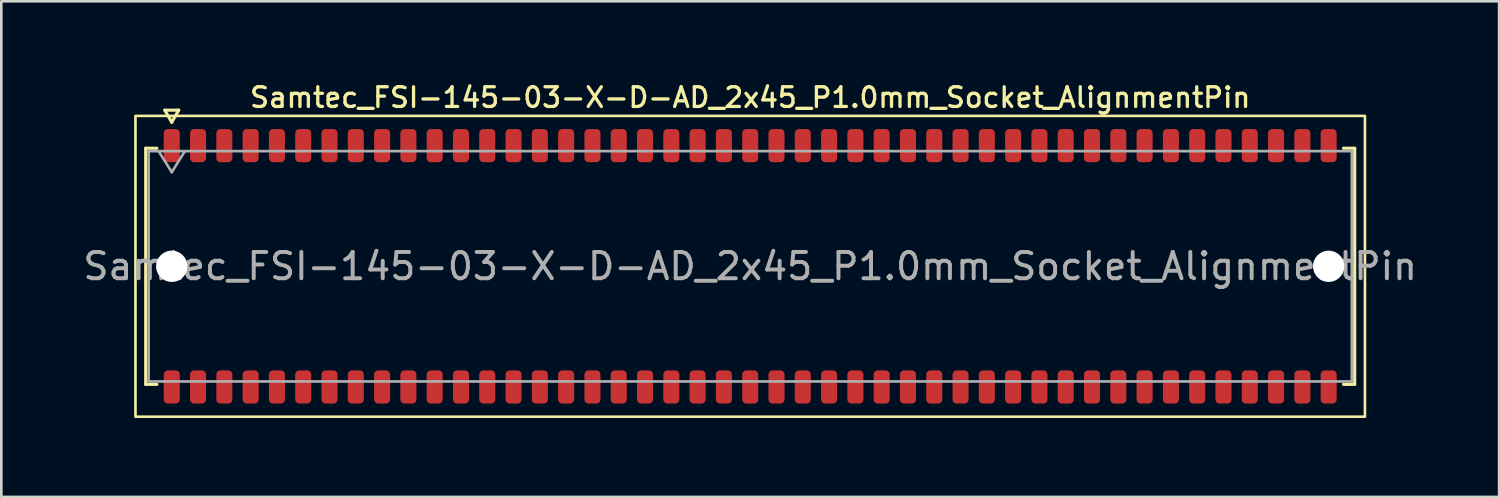
<source format=kicad_pcb>
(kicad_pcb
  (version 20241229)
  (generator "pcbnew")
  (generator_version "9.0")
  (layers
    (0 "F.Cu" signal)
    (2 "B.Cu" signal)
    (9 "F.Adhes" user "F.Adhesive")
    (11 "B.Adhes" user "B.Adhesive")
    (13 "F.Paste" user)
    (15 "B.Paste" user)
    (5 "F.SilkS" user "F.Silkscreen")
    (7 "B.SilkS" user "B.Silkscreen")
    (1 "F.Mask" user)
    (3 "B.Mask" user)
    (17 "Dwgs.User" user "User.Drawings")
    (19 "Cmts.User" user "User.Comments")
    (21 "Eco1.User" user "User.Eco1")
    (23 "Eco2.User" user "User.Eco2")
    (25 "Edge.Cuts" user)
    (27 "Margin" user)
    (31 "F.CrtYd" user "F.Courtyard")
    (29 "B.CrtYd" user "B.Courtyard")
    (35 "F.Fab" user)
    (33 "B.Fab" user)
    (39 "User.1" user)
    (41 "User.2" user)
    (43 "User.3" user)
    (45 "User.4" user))
  (footprint "Samtec_FSI-145-03-X-D-AD_2x45_P1.0mm_Socket_AlignmentPin"
    (layer "F.Cu")
    (at 25.482 7.078)
    (property "Reference" "Samtec_FSI-145-03-X-D-AD_2x45_P1.0mm_Socket_AlignmentPin" (at 0 -6.42 0) (layer "F.SilkS") (effects (font (size 0.75 0.75) (thickness 0.125))))
    (attr smd)
    (fp_line (start -22.99 -4.49) (end -22.565 -4.49) (stroke (width 0.12) (type solid)) (layer "F.SilkS"))
    (fp_line (start -22.99 4.49) (end -22.99 -4.49) (stroke (width 0.12) (type solid)) (layer "F.SilkS"))
    (fp_line (start -22.565 4.49) (end -22.99 4.49) (stroke (width 0.12) (type solid)) (layer "F.SilkS"))
    (fp_line (start -22.264 -5.938) (end -22 -5.48) (stroke (width 0.12) (type solid)) (layer "F.SilkS"))
    (fp_line (start -22 -5.48) (end -21.736 -5.938) (stroke (width 0.12) (type solid)) (layer "F.SilkS"))
    (fp_line (start -21.736 -5.938) (end -22.264 -5.938) (stroke (width 0.12) (type solid)) (layer "F.SilkS"))
    (fp_line (start 22.565 -4.49) (end 22.99 -4.49) (stroke (width 0.12) (type solid)) (layer "F.SilkS"))
    (fp_line (start 22.99 -4.49) (end 22.99 4.49) (stroke (width 0.12) (type solid)) (layer "F.SilkS"))
    (fp_line (start 22.99 4.49) (end 22.565 4.49) (stroke (width 0.12) (type solid)) (layer "F.SilkS"))
    (fp_rect (start -23.38 -5.72) (end 23.38 5.72) (stroke (width 0.1) (type solid)) (fill no) (layer "F.SilkS"))
    (fp_line (start -22.88 -4.38) (end 22.88 -4.38) (stroke (width 0.1) (type solid)) (layer "F.Fab"))
    (fp_line (start -22.88 4.38) (end -22.88 -4.38) (stroke (width 0.1) (type solid)) (layer "F.Fab"))
    (fp_line (start -22.5 -4.38) (end -22 -3.58) (stroke (width 0.1) (type solid)) (layer "F.Fab"))
    (fp_line (start -22 -3.58) (end -21.5 -4.38) (stroke (width 0.1) (type solid)) (layer "F.Fab"))
    (fp_line (start 22.88 -4.38) (end 22.88 4.38) (stroke (width 0.1) (type solid)) (layer "F.Fab"))
    (fp_line (start 22.88 4.38) (end -22.88 4.38) (stroke (width 0.1) (type solid)) (layer "F.Fab"))
    (fp_text user "${REFERENCE}" (at 0 0 0) (layer "F.Fab") (effects (font (size 1 1) (thickness 0.15))))
    (pad "" np_thru_hole circle (at -22 0) (size 1.19 1.19) (drill 1.19) (layers "*.Cu" "*.Mask"))
    (pad "" np_thru_hole circle (at 22 0) (size 1.19 1.19) (drill 1.19) (layers "*.Cu" "*.Mask"))
    (pad "1" smd roundrect (at -22 -4.59) (size 0.61 1.26) (layers "F.Cu" "F.Mask" "F.Paste") (roundrect_rratio 0.25))
    (pad "2" smd roundrect (at -22 4.59) (size 0.61 1.26) (layers "F.Cu" "F.Mask" "F.Paste") (roundrect_rratio 0.25))
    (pad "3" smd roundrect (at -21 -4.59) (size 0.61 1.26) (layers "F.Cu" "F.Mask" "F.Paste") (roundrect_rratio 0.25))
    (pad "4" smd roundrect (at -21 4.59) (size 0.61 1.26) (layers "F.Cu" "F.Mask" "F.Paste") (roundrect_rratio 0.25))
    (pad "5" smd roundrect (at -20 -4.59) (size 0.61 1.26) (layers "F.Cu" "F.Mask" "F.Paste") (roundrect_rratio 0.25))
    (pad "6" smd roundrect (at -20 4.59) (size 0.61 1.26) (layers "F.Cu" "F.Mask" "F.Paste") (roundrect_rratio 0.25))
    (pad "7" smd roundrect (at -19 -4.59) (size 0.61 1.26) (layers "F.Cu" "F.Mask" "F.Paste") (roundrect_rratio 0.25))
    (pad "8" smd roundrect (at -19 4.59) (size 0.61 1.26) (layers "F.Cu" "F.Mask" "F.Paste") (roundrect_rratio 0.25))
    (pad "9" smd roundrect (at -18 -4.59) (size 0.61 1.26) (layers "F.Cu" "F.Mask" "F.Paste") (roundrect_rratio 0.25))
    (pad "10" smd roundrect (at -18 4.59) (size 0.61 1.26) (layers "F.Cu" "F.Mask" "F.Paste") (roundrect_rratio 0.25))
    (pad "11" smd roundrect (at -17 -4.59) (size 0.61 1.26) (layers "F.Cu" "F.Mask" "F.Paste") (roundrect_rratio 0.25))
    (pad "12" smd roundrect (at -17 4.59) (size 0.61 1.26) (layers "F.Cu" "F.Mask" "F.Paste") (roundrect_rratio 0.25))
    (pad "13" smd roundrect (at -16 -4.59) (size 0.61 1.26) (layers "F.Cu" "F.Mask" "F.Paste") (roundrect_rratio 0.25))
    (pad "14" smd roundrect (at -16 4.59) (size 0.61 1.26) (layers "F.Cu" "F.Mask" "F.Paste") (roundrect_rratio 0.25))
    (pad "15" smd roundrect (at -15 -4.59) (size 0.61 1.26) (layers "F.Cu" "F.Mask" "F.Paste") (roundrect_rratio 0.25))
    (pad "16" smd roundrect (at -15 4.59) (size 0.61 1.26) (layers "F.Cu" "F.Mask" "F.Paste") (roundrect_rratio 0.25))
    (pad "17" smd roundrect (at -14 -4.59) (size 0.61 1.26) (layers "F.Cu" "F.Mask" "F.Paste") (roundrect_rratio 0.25))
    (pad "18" smd roundrect (at -14 4.59) (size 0.61 1.26) (layers "F.Cu" "F.Mask" "F.Paste") (roundrect_rratio 0.25))
    (pad "19" smd roundrect (at -13 -4.59) (size 0.61 1.26) (layers "F.Cu" "F.Mask" "F.Paste") (roundrect_rratio 0.25))
    (pad "20" smd roundrect (at -13 4.59) (size 0.61 1.26) (layers "F.Cu" "F.Mask" "F.Paste") (roundrect_rratio 0.25))
    (pad "21" smd roundrect (at -12 -4.59) (size 0.61 1.26) (layers "F.Cu" "F.Mask" "F.Paste") (roundrect_rratio 0.25))
    (pad "22" smd roundrect (at -12 4.59) (size 0.61 1.26) (layers "F.Cu" "F.Mask" "F.Paste") (roundrect_rratio 0.25))
    (pad "23" smd roundrect (at -11 -4.59) (size 0.61 1.26) (layers "F.Cu" "F.Mask" "F.Paste") (roundrect_rratio 0.25))
    (pad "24" smd roundrect (at -11 4.59) (size 0.61 1.26) (layers "F.Cu" "F.Mask" "F.Paste") (roundrect_rratio 0.25))
    (pad "25" smd roundrect (at -10 -4.59) (size 0.61 1.26) (layers "F.Cu" "F.Mask" "F.Paste") (roundrect_rratio 0.25))
    (pad "26" smd roundrect (at -10 4.59) (size 0.61 1.26) (layers "F.Cu" "F.Mask" "F.Paste") (roundrect_rratio 0.25))
    (pad "27" smd roundrect (at -9 -4.59) (size 0.61 1.26) (layers "F.Cu" "F.Mask" "F.Paste") (roundrect_rratio 0.25))
    (pad "28" smd roundrect (at -9 4.59) (size 0.61 1.26) (layers "F.Cu" "F.Mask" "F.Paste") (roundrect_rratio 0.25))
    (pad "29" smd roundrect (at -8 -4.59) (size 0.61 1.26) (layers "F.Cu" "F.Mask" "F.Paste") (roundrect_rratio 0.25))
    (pad "30" smd roundrect (at -8 4.59) (size 0.61 1.26) (layers "F.Cu" "F.Mask" "F.Paste") (roundrect_rratio 0.25))
    (pad "31" smd roundrect (at -7 -4.59) (size 0.61 1.26) (layers "F.Cu" "F.Mask" "F.Paste") (roundrect_rratio 0.25))
    (pad "32" smd roundrect (at -7 4.59) (size 0.61 1.26) (layers "F.Cu" "F.Mask" "F.Paste") (roundrect_rratio 0.25))
    (pad "33" smd roundrect (at -6 -4.59) (size 0.61 1.26) (layers "F.Cu" "F.Mask" "F.Paste") (roundrect_rratio 0.25))
    (pad "34" smd roundrect (at -6 4.59) (size 0.61 1.26) (layers "F.Cu" "F.Mask" "F.Paste") (roundrect_rratio 0.25))
    (pad "35" smd roundrect (at -5 -4.59) (size 0.61 1.26) (layers "F.Cu" "F.Mask" "F.Paste") (roundrect_rratio 0.25))
    (pad "36" smd roundrect (at -5 4.59) (size 0.61 1.26) (layers "F.Cu" "F.Mask" "F.Paste") (roundrect_rratio 0.25))
    (pad "37" smd roundrect (at -4 -4.59) (size 0.61 1.26) (layers "F.Cu" "F.Mask" "F.Paste") (roundrect_rratio 0.25))
    (pad "38" smd roundrect (at -4 4.59) (size 0.61 1.26) (layers "F.Cu" "F.Mask" "F.Paste") (roundrect_rratio 0.25))
    (pad "39" smd roundrect (at -3 -4.59) (size 0.61 1.26) (layers "F.Cu" "F.Mask" "F.Paste") (roundrect_rratio 0.25))
    (pad "40" smd roundrect (at -3 4.59) (size 0.61 1.26) (layers "F.Cu" "F.Mask" "F.Paste") (roundrect_rratio 0.25))
    (pad "41" smd roundrect (at -2 -4.59) (size 0.61 1.26) (layers "F.Cu" "F.Mask" "F.Paste") (roundrect_rratio 0.25))
    (pad "42" smd roundrect (at -2 4.59) (size 0.61 1.26) (layers "F.Cu" "F.Mask" "F.Paste") (roundrect_rratio 0.25))
    (pad "43" smd roundrect (at -1 -4.59) (size 0.61 1.26) (layers "F.Cu" "F.Mask" "F.Paste") (roundrect_rratio 0.25))
    (pad "44" smd roundrect (at -1 4.59) (size 0.61 1.26) (layers "F.Cu" "F.Mask" "F.Paste") (roundrect_rratio 0.25))
    (pad "45" smd roundrect (at 0 -4.59) (size 0.61 1.26) (layers "F.Cu" "F.Mask" "F.Paste") (roundrect_rratio 0.25))
    (pad "46" smd roundrect (at 0 4.59) (size 0.61 1.26) (layers "F.Cu" "F.Mask" "F.Paste") (roundrect_rratio 0.25))
    (pad "47" smd roundrect (at 1 -4.59) (size 0.61 1.26) (layers "F.Cu" "F.Mask" "F.Paste") (roundrect_rratio 0.25))
    (pad "48" smd roundrect (at 1 4.59) (size 0.61 1.26) (layers "F.Cu" "F.Mask" "F.Paste") (roundrect_rratio 0.25))
    (pad "49" smd roundrect (at 2 -4.59) (size 0.61 1.26) (layers "F.Cu" "F.Mask" "F.Paste") (roundrect_rratio 0.25))
    (pad "50" smd roundrect (at 2 4.59) (size 0.61 1.26) (layers "F.Cu" "F.Mask" "F.Paste") (roundrect_rratio 0.25))
    (pad "51" smd roundrect (at 3 -4.59) (size 0.61 1.26) (layers "F.Cu" "F.Mask" "F.Paste") (roundrect_rratio 0.25))
    (pad "52" smd roundrect (at 3 4.59) (size 0.61 1.26) (layers "F.Cu" "F.Mask" "F.Paste") (roundrect_rratio 0.25))
    (pad "53" smd roundrect (at 4 -4.59) (size 0.61 1.26) (layers "F.Cu" "F.Mask" "F.Paste") (roundrect_rratio 0.25))
    (pad "54" smd roundrect (at 4 4.59) (size 0.61 1.26) (layers "F.Cu" "F.Mask" "F.Paste") (roundrect_rratio 0.25))
    (pad "55" smd roundrect (at 5 -4.59) (size 0.61 1.26) (layers "F.Cu" "F.Mask" "F.Paste") (roundrect_rratio 0.25))
    (pad "56" smd roundrect (at 5 4.59) (size 0.61 1.26) (layers "F.Cu" "F.Mask" "F.Paste") (roundrect_rratio 0.25))
    (pad "57" smd roundrect (at 6 -4.59) (size 0.61 1.26) (layers "F.Cu" "F.Mask" "F.Paste") (roundrect_rratio 0.25))
    (pad "58" smd roundrect (at 6 4.59) (size 0.61 1.26) (layers "F.Cu" "F.Mask" "F.Paste") (roundrect_rratio 0.25))
    (pad "59" smd roundrect (at 7 -4.59) (size 0.61 1.26) (layers "F.Cu" "F.Mask" "F.Paste") (roundrect_rratio 0.25))
    (pad "60" smd roundrect (at 7 4.59) (size 0.61 1.26) (layers "F.Cu" "F.Mask" "F.Paste") (roundrect_rratio 0.25))
    (pad "61" smd roundrect (at 8 -4.59) (size 0.61 1.26) (layers "F.Cu" "F.Mask" "F.Paste") (roundrect_rratio 0.25))
    (pad "62" smd roundrect (at 8 4.59) (size 0.61 1.26) (layers "F.Cu" "F.Mask" "F.Paste") (roundrect_rratio 0.25))
    (pad "63" smd roundrect (at 9 -4.59) (size 0.61 1.26) (layers "F.Cu" "F.Mask" "F.Paste") (roundrect_rratio 0.25))
    (pad "64" smd roundrect (at 9 4.59) (size 0.61 1.26) (layers "F.Cu" "F.Mask" "F.Paste") (roundrect_rratio 0.25))
    (pad "65" smd roundrect (at 10 -4.59) (size 0.61 1.26) (layers "F.Cu" "F.Mask" "F.Paste") (roundrect_rratio 0.25))
    (pad "66" smd roundrect (at 10 4.59) (size 0.61 1.26) (layers "F.Cu" "F.Mask" "F.Paste") (roundrect_rratio 0.25))
    (pad "67" smd roundrect (at 11 -4.59) (size 0.61 1.26) (layers "F.Cu" "F.Mask" "F.Paste") (roundrect_rratio 0.25))
    (pad "68" smd roundrect (at 11 4.59) (size 0.61 1.26) (layers "F.Cu" "F.Mask" "F.Paste") (roundrect_rratio 0.25))
    (pad "69" smd roundrect (at 12 -4.59) (size 0.61 1.26) (layers "F.Cu" "F.Mask" "F.Paste") (roundrect_rratio 0.25))
    (pad "70" smd roundrect (at 12 4.59) (size 0.61 1.26) (layers "F.Cu" "F.Mask" "F.Paste") (roundrect_rratio 0.25))
    (pad "71" smd roundrect (at 13 -4.59) (size 0.61 1.26) (layers "F.Cu" "F.Mask" "F.Paste") (roundrect_rratio 0.25))
    (pad "72" smd roundrect (at 13 4.59) (size 0.61 1.26) (layers "F.Cu" "F.Mask" "F.Paste") (roundrect_rratio 0.25))
    (pad "73" smd roundrect (at 14 -4.59) (size 0.61 1.26) (layers "F.Cu" "F.Mask" "F.Paste") (roundrect_rratio 0.25))
    (pad "74" smd roundrect (at 14 4.59) (size 0.61 1.26) (layers "F.Cu" "F.Mask" "F.Paste") (roundrect_rratio 0.25))
    (pad "75" smd roundrect (at 15 -4.59) (size 0.61 1.26) (layers "F.Cu" "F.Mask" "F.Paste") (roundrect_rratio 0.25))
    (pad "76" smd roundrect (at 15 4.59) (size 0.61 1.26) (layers "F.Cu" "F.Mask" "F.Paste") (roundrect_rratio 0.25))
    (pad "77" smd roundrect (at 16 -4.59) (size 0.61 1.26) (layers "F.Cu" "F.Mask" "F.Paste") (roundrect_rratio 0.25))
    (pad "78" smd roundrect (at 16 4.59) (size 0.61 1.26) (layers "F.Cu" "F.Mask" "F.Paste") (roundrect_rratio 0.25))
    (pad "79" smd roundrect (at 17 -4.59) (size 0.61 1.26) (layers "F.Cu" "F.Mask" "F.Paste") (roundrect_rratio 0.25))
    (pad "80" smd roundrect (at 17 4.59) (size 0.61 1.26) (layers "F.Cu" "F.Mask" "F.Paste") (roundrect_rratio 0.25))
    (pad "81" smd roundrect (at 18 -4.59) (size 0.61 1.26) (layers "F.Cu" "F.Mask" "F.Paste") (roundrect_rratio 0.25))
    (pad "82" smd roundrect (at 18 4.59) (size 0.61 1.26) (layers "F.Cu" "F.Mask" "F.Paste") (roundrect_rratio 0.25))
    (pad "83" smd roundrect (at 19 -4.59) (size 0.61 1.26) (layers "F.Cu" "F.Mask" "F.Paste") (roundrect_rratio 0.25))
    (pad "84" smd roundrect (at 19 4.59) (size 0.61 1.26) (layers "F.Cu" "F.Mask" "F.Paste") (roundrect_rratio 0.25))
    (pad "85" smd roundrect (at 20 -4.59) (size 0.61 1.26) (layers "F.Cu" "F.Mask" "F.Paste") (roundrect_rratio 0.25))
    (pad "86" smd roundrect (at 20 4.59) (size 0.61 1.26) (layers "F.Cu" "F.Mask" "F.Paste") (roundrect_rratio 0.25))
    (pad "87" smd roundrect (at 21 -4.59) (size 0.61 1.26) (layers "F.Cu" "F.Mask" "F.Paste") (roundrect_rratio 0.25))
    (pad "88" smd roundrect (at 21 4.59) (size 0.61 1.26) (layers "F.Cu" "F.Mask" "F.Paste") (roundrect_rratio 0.25))
    (pad "89" smd roundrect (at 22 -4.59) (size 0.61 1.26) (layers "F.Cu" "F.Mask" "F.Paste") (roundrect_rratio 0.25))
    (pad "90" smd roundrect (at 22 4.59) (size 0.61 1.26) (layers "F.Cu" "F.Mask" "F.Paste") (roundrect_rratio 0.25)))
  (gr_rect
    (start -3 -3)
    (end 53.964 15.848)
    (stroke (width 0.1) (type default))
    (fill no)
    (layer "Edge.Cuts")))
</source>
